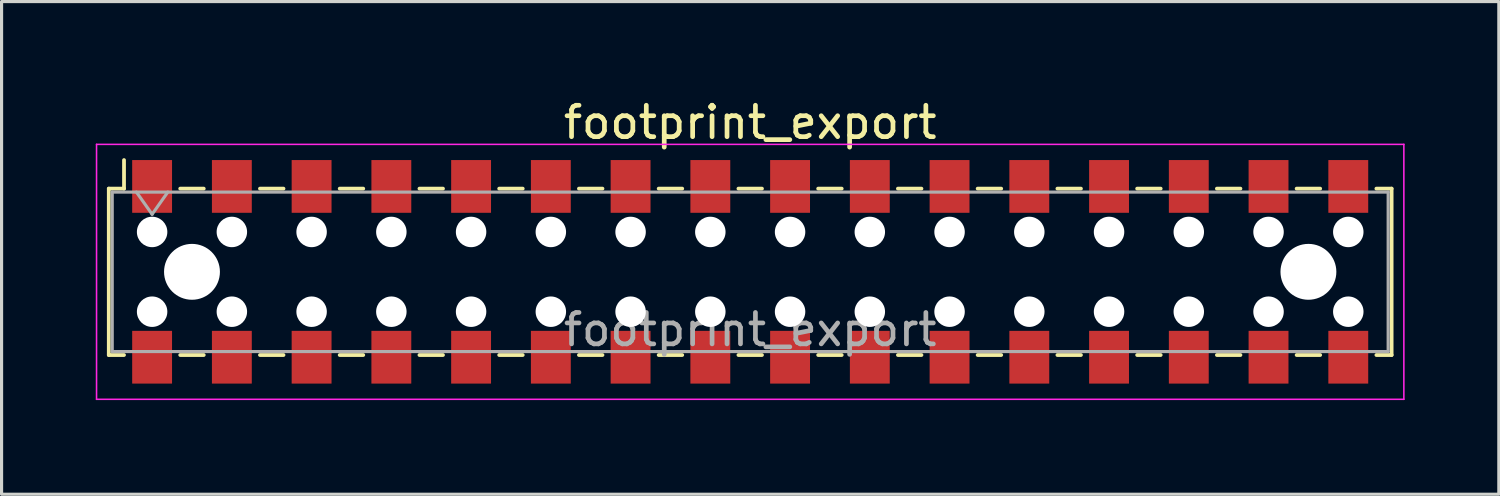
<source format=kicad_pcb>
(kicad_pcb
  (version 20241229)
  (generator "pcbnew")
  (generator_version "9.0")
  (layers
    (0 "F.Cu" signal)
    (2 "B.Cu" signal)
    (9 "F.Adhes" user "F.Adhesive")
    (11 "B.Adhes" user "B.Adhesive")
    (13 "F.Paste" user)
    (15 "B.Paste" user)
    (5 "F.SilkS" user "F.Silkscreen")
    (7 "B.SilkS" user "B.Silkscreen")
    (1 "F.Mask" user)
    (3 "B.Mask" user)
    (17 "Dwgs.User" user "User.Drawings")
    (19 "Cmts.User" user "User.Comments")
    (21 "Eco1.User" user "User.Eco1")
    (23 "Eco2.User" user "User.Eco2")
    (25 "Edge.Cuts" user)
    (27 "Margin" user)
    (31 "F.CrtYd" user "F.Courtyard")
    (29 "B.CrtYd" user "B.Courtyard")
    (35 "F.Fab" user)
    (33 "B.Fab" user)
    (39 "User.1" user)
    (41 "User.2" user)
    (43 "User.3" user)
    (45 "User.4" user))
  (footprint "footprint_export"
    (layer "F.Cu")
    (at 20.845 5.608)
    (property "Reference" "footprint_export" (at 0 -4.76 0) (layer "F.SilkS") (effects (font (size 1 1) (thickness 0.15))))
    (attr smd)
    (fp_line (start -20.43 -2.65) (end -20.43 2.65) (stroke (width 0.12) (type solid)) (layer "F.SilkS"))
    (fp_line (start -20.43 2.65) (end -19.945 2.65) (stroke (width 0.12) (type solid)) (layer "F.SilkS"))
    (fp_line (start -19.945 -3.56) (end -19.945 -2.65) (stroke (width 0.12) (type solid)) (layer "F.SilkS"))
    (fp_line (start -19.945 -2.65) (end -20.43 -2.65) (stroke (width 0.12) (type solid)) (layer "F.SilkS"))
    (fp_line (start -18.155 -2.65) (end -17.405 -2.65) (stroke (width 0.12) (type solid)) (layer "F.SilkS"))
    (fp_line (start -18.155 2.65) (end -17.405 2.65) (stroke (width 0.12) (type solid)) (layer "F.SilkS"))
    (fp_line (start -15.615 -2.65) (end -14.865 -2.65) (stroke (width 0.12) (type solid)) (layer "F.SilkS"))
    (fp_line (start -15.615 2.65) (end -14.865 2.65) (stroke (width 0.12) (type solid)) (layer "F.SilkS"))
    (fp_line (start -13.075 -2.65) (end -12.325 -2.65) (stroke (width 0.12) (type solid)) (layer "F.SilkS"))
    (fp_line (start -13.075 2.65) (end -12.325 2.65) (stroke (width 0.12) (type solid)) (layer "F.SilkS"))
    (fp_line (start -10.535 -2.65) (end -9.785 -2.65) (stroke (width 0.12) (type solid)) (layer "F.SilkS"))
    (fp_line (start -10.535 2.65) (end -9.785 2.65) (stroke (width 0.12) (type solid)) (layer "F.SilkS"))
    (fp_line (start -7.995 -2.65) (end -7.245 -2.65) (stroke (width 0.12) (type solid)) (layer "F.SilkS"))
    (fp_line (start -7.995 2.65) (end -7.245 2.65) (stroke (width 0.12) (type solid)) (layer "F.SilkS"))
    (fp_line (start -5.455 -2.65) (end -4.705 -2.65) (stroke (width 0.12) (type solid)) (layer "F.SilkS"))
    (fp_line (start -5.455 2.65) (end -4.705 2.65) (stroke (width 0.12) (type solid)) (layer "F.SilkS"))
    (fp_line (start -2.915 -2.65) (end -2.165 -2.65) (stroke (width 0.12) (type solid)) (layer "F.SilkS"))
    (fp_line (start -2.915 2.65) (end -2.165 2.65) (stroke (width 0.12) (type solid)) (layer "F.SilkS"))
    (fp_line (start -0.375 -2.65) (end 0.375 -2.65) (stroke (width 0.12) (type solid)) (layer "F.SilkS"))
    (fp_line (start -0.375 2.65) (end 0.375 2.65) (stroke (width 0.12) (type solid)) (layer "F.SilkS"))
    (fp_line (start 2.165 -2.65) (end 2.915 -2.65) (stroke (width 0.12) (type solid)) (layer "F.SilkS"))
    (fp_line (start 2.165 2.65) (end 2.915 2.65) (stroke (width 0.12) (type solid)) (layer "F.SilkS"))
    (fp_line (start 4.705 -2.65) (end 5.455 -2.65) (stroke (width 0.12) (type solid)) (layer "F.SilkS"))
    (fp_line (start 4.705 2.65) (end 5.455 2.65) (stroke (width 0.12) (type solid)) (layer "F.SilkS"))
    (fp_line (start 7.245 -2.65) (end 7.995 -2.65) (stroke (width 0.12) (type solid)) (layer "F.SilkS"))
    (fp_line (start 7.245 2.65) (end 7.995 2.65) (stroke (width 0.12) (type solid)) (layer "F.SilkS"))
    (fp_line (start 9.785 -2.65) (end 10.535 -2.65) (stroke (width 0.12) (type solid)) (layer "F.SilkS"))
    (fp_line (start 9.785 2.65) (end 10.535 2.65) (stroke (width 0.12) (type solid)) (layer "F.SilkS"))
    (fp_line (start 12.325 -2.65) (end 13.075 -2.65) (stroke (width 0.12) (type solid)) (layer "F.SilkS"))
    (fp_line (start 12.325 2.65) (end 13.075 2.65) (stroke (width 0.12) (type solid)) (layer "F.SilkS"))
    (fp_line (start 14.865 -2.65) (end 15.615 -2.65) (stroke (width 0.12) (type solid)) (layer "F.SilkS"))
    (fp_line (start 14.865 2.65) (end 15.615 2.65) (stroke (width 0.12) (type solid)) (layer "F.SilkS"))
    (fp_line (start 17.405 -2.65) (end 18.155 -2.65) (stroke (width 0.12) (type solid)) (layer "F.SilkS"))
    (fp_line (start 17.405 2.65) (end 18.155 2.65) (stroke (width 0.12) (type solid)) (layer "F.SilkS"))
    (fp_line (start 19.945 -2.65) (end 20.43 -2.65) (stroke (width 0.12) (type solid)) (layer "F.SilkS"))
    (fp_line (start 20.43 -2.65) (end 20.43 2.65) (stroke (width 0.12) (type solid)) (layer "F.SilkS"))
    (fp_line (start 20.43 2.65) (end 19.945 2.65) (stroke (width 0.12) (type solid)) (layer "F.SilkS"))
    (fp_line (start -20.82 -4.06) (end 20.82 -4.06) (stroke (width 0.05) (type solid)) (layer "F.CrtYd"))
    (fp_line (start -20.82 4.06) (end -20.82 -4.06) (stroke (width 0.05) (type solid)) (layer "F.CrtYd"))
    (fp_line (start 20.82 -4.06) (end 20.82 4.06) (stroke (width 0.05) (type solid)) (layer "F.CrtYd"))
    (fp_line (start 20.82 4.06) (end -20.82 4.06) (stroke (width 0.05) (type solid)) (layer "F.CrtYd"))
    (fp_line (start -20.32 -2.54) (end 20.32 -2.54) (stroke (width 0.1) (type solid)) (layer "F.Fab"))
    (fp_line (start -20.32 2.54) (end -20.32 -2.54) (stroke (width 0.1) (type solid)) (layer "F.Fab"))
    (fp_line (start -19.55 -2.54) (end -19.05 -1.833) (stroke (width 0.1) (type solid)) (layer "F.Fab"))
    (fp_line (start -19.05 -1.833) (end -18.55 -2.54) (stroke (width 0.1) (type solid)) (layer "F.Fab"))
    (fp_line (start 20.32 -2.54) (end 20.32 2.54) (stroke (width 0.1) (type solid)) (layer "F.Fab"))
    (fp_line (start 20.32 2.54) (end -20.32 2.54) (stroke (width 0.1) (type solid)) (layer "F.Fab"))
    (fp_text user "${REFERENCE}" (at 0 1.84 0) (layer "F.Fab") (effects (font (size 1 1) (thickness 0.15))))
    (pad "" np_thru_hole circle (at -19.05 -1.27) (size 0.97 0.97) (drill 0.97) (layers "*.Cu" "*.Mask"))
    (pad "" np_thru_hole circle (at -19.05 1.27) (size 0.97 0.97) (drill 0.97) (layers "*.Cu" "*.Mask"))
    (pad "" np_thru_hole circle (at -17.78 0) (size 1.78 1.78) (drill 1.78) (layers "*.Cu" "*.Mask"))
    (pad "" np_thru_hole circle (at -16.51 -1.27) (size 0.97 0.97) (drill 0.97) (layers "*.Cu" "*.Mask"))
    (pad "" np_thru_hole circle (at -16.51 1.27) (size 0.97 0.97) (drill 0.97) (layers "*.Cu" "*.Mask"))
    (pad "" np_thru_hole circle (at -13.97 -1.27) (size 0.97 0.97) (drill 0.97) (layers "*.Cu" "*.Mask"))
    (pad "" np_thru_hole circle (at -13.97 1.27) (size 0.97 0.97) (drill 0.97) (layers "*.Cu" "*.Mask"))
    (pad "" np_thru_hole circle (at -11.43 -1.27) (size 0.97 0.97) (drill 0.97) (layers "*.Cu" "*.Mask"))
    (pad "" np_thru_hole circle (at -11.43 1.27) (size 0.97 0.97) (drill 0.97) (layers "*.Cu" "*.Mask"))
    (pad "" np_thru_hole circle (at -8.89 -1.27) (size 0.97 0.97) (drill 0.97) (layers "*.Cu" "*.Mask"))
    (pad "" np_thru_hole circle (at -8.89 1.27) (size 0.97 0.97) (drill 0.97) (layers "*.Cu" "*.Mask"))
    (pad "" np_thru_hole circle (at -6.35 -1.27) (size 0.97 0.97) (drill 0.97) (layers "*.Cu" "*.Mask"))
    (pad "" np_thru_hole circle (at -6.35 1.27) (size 0.97 0.97) (drill 0.97) (layers "*.Cu" "*.Mask"))
    (pad "" np_thru_hole circle (at -3.81 -1.27) (size 0.97 0.97) (drill 0.97) (layers "*.Cu" "*.Mask"))
    (pad "" np_thru_hole circle (at -3.81 1.27) (size 0.97 0.97) (drill 0.97) (layers "*.Cu" "*.Mask"))
    (pad "" np_thru_hole circle (at -1.27 -1.27) (size 0.97 0.97) (drill 0.97) (layers "*.Cu" "*.Mask"))
    (pad "" np_thru_hole circle (at -1.27 1.27) (size 0.97 0.97) (drill 0.97) (layers "*.Cu" "*.Mask"))
    (pad "" np_thru_hole circle (at 1.27 -1.27) (size 0.97 0.97) (drill 0.97) (layers "*.Cu" "*.Mask"))
    (pad "" np_thru_hole circle (at 1.27 1.27) (size 0.97 0.97) (drill 0.97) (layers "*.Cu" "*.Mask"))
    (pad "" np_thru_hole circle (at 3.81 -1.27) (size 0.97 0.97) (drill 0.97) (layers "*.Cu" "*.Mask"))
    (pad "" np_thru_hole circle (at 3.81 1.27) (size 0.97 0.97) (drill 0.97) (layers "*.Cu" "*.Mask"))
    (pad "" np_thru_hole circle (at 6.35 -1.27) (size 0.97 0.97) (drill 0.97) (layers "*.Cu" "*.Mask"))
    (pad "" np_thru_hole circle (at 6.35 1.27) (size 0.97 0.97) (drill 0.97) (layers "*.Cu" "*.Mask"))
    (pad "" np_thru_hole circle (at 8.89 -1.27) (size 0.97 0.97) (drill 0.97) (layers "*.Cu" "*.Mask"))
    (pad "" np_thru_hole circle (at 8.89 1.27) (size 0.97 0.97) (drill 0.97) (layers "*.Cu" "*.Mask"))
    (pad "" np_thru_hole circle (at 11.43 -1.27) (size 0.97 0.97) (drill 0.97) (layers "*.Cu" "*.Mask"))
    (pad "" np_thru_hole circle (at 11.43 1.27) (size 0.97 0.97) (drill 0.97) (layers "*.Cu" "*.Mask"))
    (pad "" np_thru_hole circle (at 13.97 -1.27) (size 0.97 0.97) (drill 0.97) (layers "*.Cu" "*.Mask"))
    (pad "" np_thru_hole circle (at 13.97 1.27) (size 0.97 0.97) (drill 0.97) (layers "*.Cu" "*.Mask"))
    (pad "" np_thru_hole circle (at 16.51 -1.27) (size 0.97 0.97) (drill 0.97) (layers "*.Cu" "*.Mask"))
    (pad "" np_thru_hole circle (at 16.51 1.27) (size 0.97 0.97) (drill 0.97) (layers "*.Cu" "*.Mask"))
    (pad "" np_thru_hole circle (at 17.78 0) (size 1.78 1.78) (drill 1.78) (layers "*.Cu" "*.Mask"))
    (pad "" np_thru_hole circle (at 19.05 -1.27) (size 0.97 0.97) (drill 0.97) (layers "*.Cu" "*.Mask"))
    (pad "" np_thru_hole circle (at 19.05 1.27) (size 0.97 0.97) (drill 0.97) (layers "*.Cu" "*.Mask"))
    (pad "1" smd rect (at -19.05 -2.72) (size 1.27 1.68) (layers "F.Cu" "F.Mask" "F.Paste"))
    (pad "2" smd rect (at -19.05 2.72) (size 1.27 1.68) (layers "F.Cu" "F.Mask" "F.Paste"))
    (pad "3" smd rect (at -16.51 -2.72) (size 1.27 1.68) (layers "F.Cu" "F.Mask" "F.Paste"))
    (pad "4" smd rect (at -16.51 2.72) (size 1.27 1.68) (layers "F.Cu" "F.Mask" "F.Paste"))
    (pad "5" smd rect (at -13.97 -2.72) (size 1.27 1.68) (layers "F.Cu" "F.Mask" "F.Paste"))
    (pad "6" smd rect (at -13.97 2.72) (size 1.27 1.68) (layers "F.Cu" "F.Mask" "F.Paste"))
    (pad "7" smd rect (at -11.43 -2.72) (size 1.27 1.68) (layers "F.Cu" "F.Mask" "F.Paste"))
    (pad "8" smd rect (at -11.43 2.72) (size 1.27 1.68) (layers "F.Cu" "F.Mask" "F.Paste"))
    (pad "9" smd rect (at -8.89 -2.72) (size 1.27 1.68) (layers "F.Cu" "F.Mask" "F.Paste"))
    (pad "10" smd rect (at -8.89 2.72) (size 1.27 1.68) (layers "F.Cu" "F.Mask" "F.Paste"))
    (pad "11" smd rect (at -6.35 -2.72) (size 1.27 1.68) (layers "F.Cu" "F.Mask" "F.Paste"))
    (pad "12" smd rect (at -6.35 2.72) (size 1.27 1.68) (layers "F.Cu" "F.Mask" "F.Paste"))
    (pad "13" smd rect (at -3.81 -2.72) (size 1.27 1.68) (layers "F.Cu" "F.Mask" "F.Paste"))
    (pad "14" smd rect (at -3.81 2.72) (size 1.27 1.68) (layers "F.Cu" "F.Mask" "F.Paste"))
    (pad "15" smd rect (at -1.27 -2.72) (size 1.27 1.68) (layers "F.Cu" "F.Mask" "F.Paste"))
    (pad "16" smd rect (at -1.27 2.72) (size 1.27 1.68) (layers "F.Cu" "F.Mask" "F.Paste"))
    (pad "17" smd rect (at 1.27 -2.72) (size 1.27 1.68) (layers "F.Cu" "F.Mask" "F.Paste"))
    (pad "18" smd rect (at 1.27 2.72) (size 1.27 1.68) (layers "F.Cu" "F.Mask" "F.Paste"))
    (pad "19" smd rect (at 3.81 -2.72) (size 1.27 1.68) (layers "F.Cu" "F.Mask" "F.Paste"))
    (pad "20" smd rect (at 3.81 2.72) (size 1.27 1.68) (layers "F.Cu" "F.Mask" "F.Paste"))
    (pad "21" smd rect (at 6.35 -2.72) (size 1.27 1.68) (layers "F.Cu" "F.Mask" "F.Paste"))
    (pad "22" smd rect (at 6.35 2.72) (size 1.27 1.68) (layers "F.Cu" "F.Mask" "F.Paste"))
    (pad "23" smd rect (at 8.89 -2.72) (size 1.27 1.68) (layers "F.Cu" "F.Mask" "F.Paste"))
    (pad "24" smd rect (at 8.89 2.72) (size 1.27 1.68) (layers "F.Cu" "F.Mask" "F.Paste"))
    (pad "25" smd rect (at 11.43 -2.72) (size 1.27 1.68) (layers "F.Cu" "F.Mask" "F.Paste"))
    (pad "26" smd rect (at 11.43 2.72) (size 1.27 1.68) (layers "F.Cu" "F.Mask" "F.Paste"))
    (pad "27" smd rect (at 13.97 -2.72) (size 1.27 1.68) (layers "F.Cu" "F.Mask" "F.Paste"))
    (pad "28" smd rect (at 13.97 2.72) (size 1.27 1.68) (layers "F.Cu" "F.Mask" "F.Paste"))
    (pad "29" smd rect (at 16.51 -2.72) (size 1.27 1.68) (layers "F.Cu" "F.Mask" "F.Paste"))
    (pad "30" smd rect (at 16.51 2.72) (size 1.27 1.68) (layers "F.Cu" "F.Mask" "F.Paste"))
    (pad "31" smd rect (at 19.05 -2.72) (size 1.27 1.68) (layers "F.Cu" "F.Mask" "F.Paste"))
    (pad "32" smd rect (at 19.05 2.72) (size 1.27 1.68) (layers "F.Cu" "F.Mask" "F.Paste")))
  (gr_rect
    (start -3 -3)
    (end 44.69 12.693)
    (stroke (width 0.1) (type default))
    (fill no)
    (layer "Edge.Cuts")))
</source>
